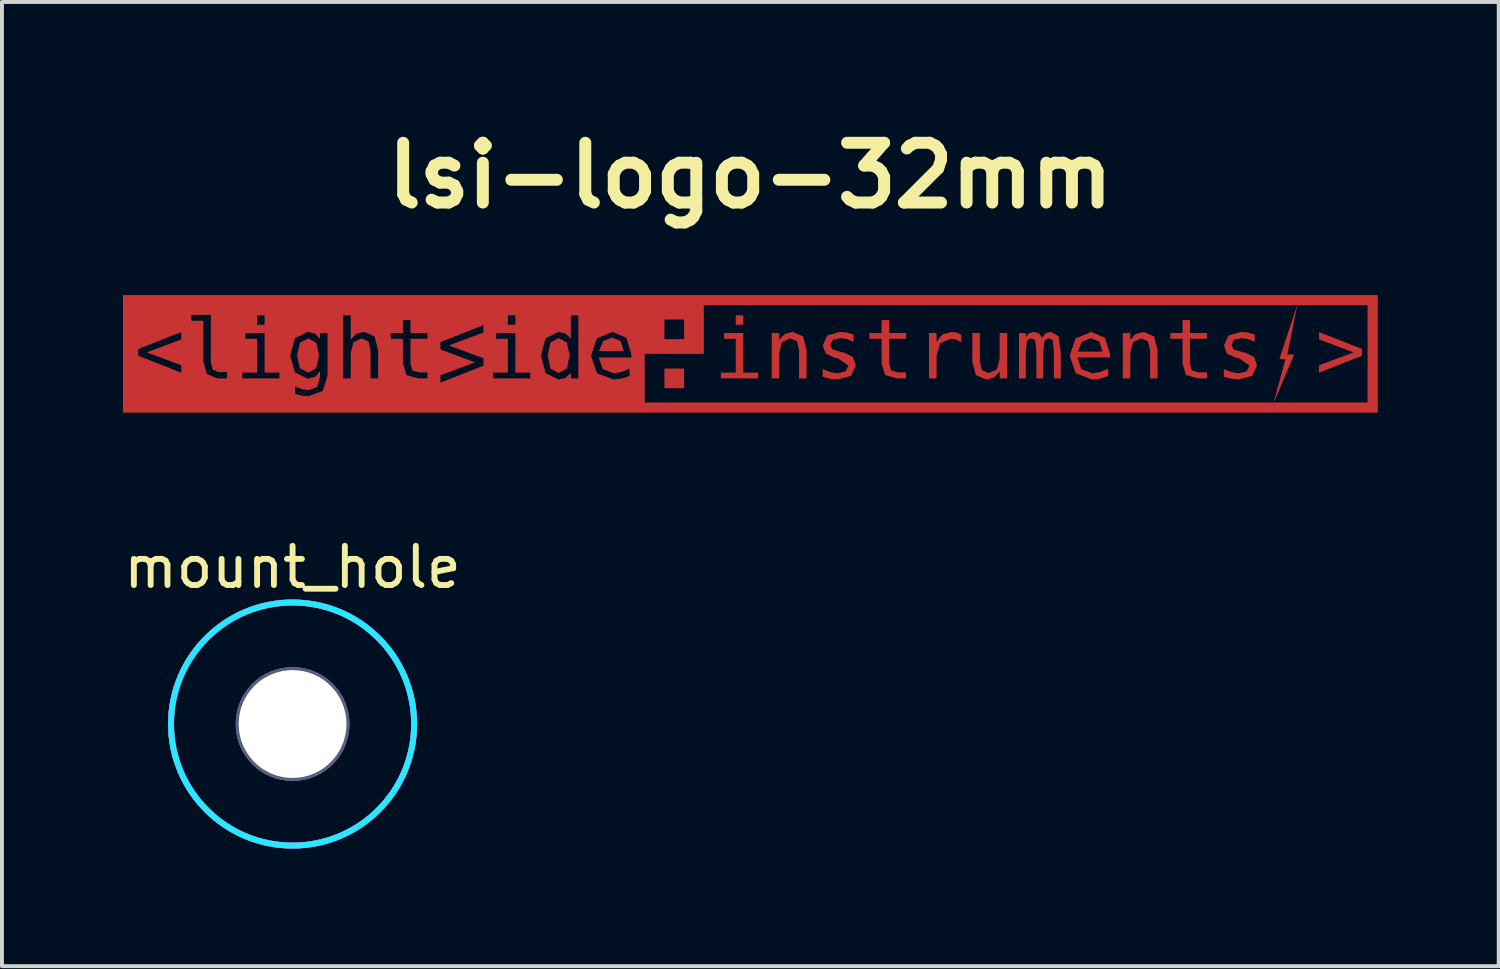
<source format=kicad_pcb>
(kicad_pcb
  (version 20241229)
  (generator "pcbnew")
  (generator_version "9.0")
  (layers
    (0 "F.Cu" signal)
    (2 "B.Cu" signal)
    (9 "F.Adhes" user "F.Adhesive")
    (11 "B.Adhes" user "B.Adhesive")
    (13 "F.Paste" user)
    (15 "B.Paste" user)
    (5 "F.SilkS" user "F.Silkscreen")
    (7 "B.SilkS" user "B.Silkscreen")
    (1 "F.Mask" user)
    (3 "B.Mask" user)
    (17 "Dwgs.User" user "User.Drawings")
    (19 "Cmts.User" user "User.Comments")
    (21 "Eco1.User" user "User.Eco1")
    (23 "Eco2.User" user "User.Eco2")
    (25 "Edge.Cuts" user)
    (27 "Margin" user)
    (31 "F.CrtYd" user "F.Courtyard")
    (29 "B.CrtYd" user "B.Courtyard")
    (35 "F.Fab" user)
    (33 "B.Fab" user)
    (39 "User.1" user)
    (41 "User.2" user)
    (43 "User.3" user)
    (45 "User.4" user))
  (footprint "lsi-logo-32mm"
    (layer "F.Cu")
    (at 16.085 7.07)
    (property "Reference" "lsi-logo-32mm" (at 0 -5.644 0) (layer "F.SilkS") (effects (font (size 1.524 1.524) (thickness 0.305))))
    (attr smd)
    (fp_poly (pts (xy -2.191 -0.721) (xy -2.191 -0.221) (xy -1.689 -0.221) (xy -1.689 -0.721) (xy -2.191 -0.721)) (stroke (width 0) (type solid)) (fill yes) (layer "F.Cu"))
    (fp_poly (pts (xy -0.372 -2.079) (xy -0.372 -1.838) (xy -0.181 -1.838) (xy -0.181 -2.079) (xy -0.372 -2.079)) (stroke (width 0) (type solid)) (fill yes) (layer "F.Cu"))
    (fp_poly (pts (xy -3.526 -1.512) (xy -3.753 -1.421) (xy -3.859 -1.169) (xy -3.23 -1.17) (xy -3.31 -1.424) (xy -3.526 -1.512) (xy -3.526 -1.512)) (stroke (width 0) (type solid)) (fill yes) (layer "F.Cu"))
    (fp_poly (pts (xy 14.502 -1.652) (xy 14.502 -1.464) (xy 15.384 -1.133) (xy 14.502 -0.806) (xy 14.502 -0.616) (xy 15.599 -1.048) (xy 15.599 -1.22) (xy 14.502 -1.652)) (stroke (width 0) (type solid)) (fill yes) (layer "F.Cu"))
    (fp_poly (pts (xy -11.274 -1.492) (xy -11.487 -1.38) (xy -11.561 -1.056) (xy -11.487 -0.729) (xy -11.272 -0.617) (xy -11.07 -0.73) (xy -10.999 -1.056) (xy -11.07 -1.38) (xy -11.274 -1.492)) (stroke (width 0) (type solid)) (fill yes) (layer "F.Cu"))
    (fp_poly (pts (xy -4.89 -1.499) (xy -5.098 -1.387) (xy -5.169 -1.053) (xy -5.098 -0.719) (xy -4.89 -0.606) (xy -4.68 -0.72) (xy -4.607 -1.053) (xy -4.68 -1.386) (xy -4.89 -1.499)) (stroke (width 0) (type solid)) (fill yes) (layer "F.Cu"))
    (fp_poly (pts (xy -0.67 -1.628) (xy -0.67 -1.48) (xy -0.372 -1.48) (xy -0.372 -0.618) (xy -0.751 -0.618) (xy -0.751 -0.471) (xy 0.198 -0.471) (xy 0.198 -0.618) (xy -0.181 -0.618) (xy -0.181 -1.628) (xy -0.67 -1.628)) (stroke (width 0) (type solid)) (fill yes) (layer "F.Cu"))
    (fp_poly (pts (xy 5.13 -1.656) (xy 4.894 -1.59) (xy 4.748 -1.402) (xy 4.748 -1.628) (xy 4.556 -1.628) (xy 4.556 -0.471) (xy 4.748 -0.471) (xy 4.748 -1.046) (xy 4.842 -1.369) (xy 5.115 -1.48) (xy 5.254 -1.459) (xy 5.379 -1.389) (xy 5.379 -1.584) (xy 5.261 -1.639) (xy 5.13 -1.656)) (stroke (width 0) (type solid)) (fill yes) (layer "F.Cu"))
    (fp_poly (pts (xy 1.081 -1.656) (xy 0.875 -1.604) (xy 0.737 -1.455) (xy 0.737 -1.628) (xy 0.545 -1.628) (xy 0.545 -0.471) (xy 0.737 -0.471) (xy 0.737 -1.125) (xy 0.808 -1.396) (xy 1.015 -1.491) (xy 1.187 -1.417) (xy 1.242 -1.188) (xy 1.242 -0.471) (xy 1.434 -0.471) (xy 1.434 -1.188) (xy 1.346 -1.539) (xy 1.081 -1.656)) (stroke (width 0) (type solid)) (fill yes) (layer "F.Cu"))
    (fp_poly (pts (xy 5.661 -1.626) (xy 5.661 -0.909) (xy 5.748 -0.556) (xy 6.014 -0.441) (xy 6.218 -0.492) (xy 6.357 -0.644) (xy 6.357 -0.471) (xy 6.55 -0.471) (xy 6.55 -1.626) (xy 6.357 -1.626) (xy 6.357 -0.972) (xy 6.286 -0.7) (xy 6.079 -0.606) (xy 5.907 -0.679) (xy 5.852 -0.909) (xy 5.852 -1.626) (xy 5.661 -1.626)) (stroke (width 0) (type solid)) (fill yes) (layer "F.Cu"))
    (fp_poly (pts (xy 10.033 -1.656) (xy 9.827 -1.604) (xy 9.689 -1.455) (xy 9.689 -1.628) (xy 9.498 -1.628) (xy 9.498 -0.471) (xy 9.689 -0.471) (xy 9.689 -1.125) (xy 9.76 -1.396) (xy 9.967 -1.491) (xy 10.139 -1.417) (xy 10.194 -1.188) (xy 10.194 -0.471) (xy 10.386 -0.471) (xy 10.386 -1.188) (xy 10.298 -1.539) (xy 10.033 -1.656)) (stroke (width 0) (type solid)) (fill yes) (layer "F.Cu"))
    (fp_poly (pts (xy 3.347 -1.957) (xy 3.347 -1.628) (xy 3.037 -1.628) (xy 3.037 -1.48) (xy 3.347 -1.48) (xy 3.347 -0.852) (xy 3.435 -0.556) (xy 3.739 -0.471) (xy 3.972 -0.471) (xy 3.972 -0.623) (xy 3.757 -0.623) (xy 3.587 -0.673) (xy 3.538 -0.852) (xy 3.538 -1.48) (xy 3.972 -1.48) (xy 3.972 -1.628) (xy 3.538 -1.628) (xy 3.538 -1.957) (xy 3.347 -1.957)) (stroke (width 0) (type solid)) (fill yes) (layer "F.Cu"))
    (fp_poly (pts (xy 11.021 -1.957) (xy 11.021 -1.628) (xy 10.71 -1.628) (xy 10.71 -1.48) (xy 11.021 -1.48) (xy 11.021 -0.852) (xy 11.109 -0.556) (xy 11.412 -0.471) (xy 11.645 -0.471) (xy 11.645 -0.623) (xy 11.431 -0.623) (xy 11.26 -0.673) (xy 11.211 -0.852) (xy 11.211 -1.48) (xy 11.645 -1.48) (xy 11.645 -1.628) (xy 11.211 -1.628) (xy 11.211 -1.957) (xy 11.021 -1.957)) (stroke (width 0) (type solid)) (fill yes) (layer "F.Cu"))
    (fp_poly (pts (xy 8.692 -1.656) (xy 8.684 -1.495) (xy 8.9 -1.407) (xy 8.98 -1.153) (xy 8.351 -1.152) (xy 8.457 -1.404) (xy 8.684 -1.495) (xy 8.684 -1.495) (xy 8.692 -1.656) (xy 8.294 -1.491) (xy 8.144 -1.048) (xy 8.297 -0.602) (xy 8.72 -0.441) (xy 8.915 -0.463) (xy 9.126 -0.53) (xy 9.126 -0.719) (xy 8.913 -0.631) (xy 8.722 -0.602) (xy 8.442 -0.705) (xy 8.343 -0.998) (xy 8.343 -1.004) (xy 9.171 -1.004) (xy 9.171 -1.097) (xy 9.042 -1.506) (xy 8.692 -1.656)) (stroke (width 0) (type solid)) (fill yes) (layer "F.Cu"))
    (fp_poly (pts (xy 7.226 -1.656) (xy 7.109 -1.623) (xy 7.024 -1.529) (xy 7.024 -1.628) (xy 6.851 -1.628) (xy 6.851 -0.471) (xy 7.024 -0.471) (xy 7.024 -1.133) (xy 7.053 -1.433) (xy 7.159 -1.497) (xy 7.265 -1.439) (xy 7.295 -1.133) (xy 7.295 -0.471) (xy 7.469 -0.471) (xy 7.469 -1.133) (xy 7.5 -1.433) (xy 7.613 -1.497) (xy 7.713 -1.437) (xy 7.741 -1.133) (xy 7.741 -0.471) (xy 7.916 -0.471) (xy 7.916 -1.141) (xy 7.858 -1.548) (xy 7.66 -1.656) (xy 7.528 -1.62) (xy 7.439 -1.51) (xy 7.357 -1.62) (xy 7.226 -1.656)) (stroke (width 0) (type solid)) (fill yes) (layer "F.Cu"))
    (fp_poly (pts (xy 2.283 -1.656) (xy 1.96 -1.565) (xy 1.847 -1.309) (xy 1.923 -1.101) (xy 2.164 -0.994) (xy 2.236 -0.979) (xy 2.244 -0.977) (xy 2.498 -0.794) (xy 2.429 -0.65) (xy 2.232 -0.6) (xy 2.048 -0.627) (xy 1.843 -0.709) (xy 1.843 -0.513) (xy 2.048 -0.459) (xy 2.228 -0.441) (xy 2.569 -0.537) (xy 2.691 -0.806) (xy 2.617 -1.015) (xy 2.403 -1.123) (xy 2.326 -1.137) (xy 2.088 -1.212) (xy 2.04 -1.327) (xy 2.104 -1.455) (xy 2.298 -1.497) (xy 2.467 -1.473) (xy 2.632 -1.402) (xy 2.632 -1.588) (xy 2.463 -1.639) (xy 2.283 -1.656)) (stroke (width 0) (type solid)) (fill yes) (layer "F.Cu"))
    (fp_poly (pts (xy 12.514 -1.656) (xy 12.192 -1.565) (xy 12.078 -1.309) (xy 12.154 -1.101) (xy 12.395 -0.994) (xy 12.466 -0.979) (xy 12.475 -0.977) (xy 12.729 -0.794) (xy 12.659 -0.65) (xy 12.463 -0.6) (xy 12.279 -0.627) (xy 12.074 -0.709) (xy 12.074 -0.513) (xy 12.279 -0.459) (xy 12.459 -0.441) (xy 12.8 -0.537) (xy 12.922 -0.806) (xy 12.849 -1.015) (xy 12.634 -1.123) (xy 12.557 -1.137) (xy 12.319 -1.212) (xy 12.271 -1.327) (xy 12.335 -1.455) (xy 12.529 -1.497) (xy 12.698 -1.473) (xy 12.863 -1.402) (xy 12.863 -1.588) (xy 12.694 -1.639) (xy 12.514 -1.656)) (stroke (width 0) (type solid)) (fill yes) (layer "F.Cu"))
    (fp_poly (pts (xy 13.927 -2.285) (xy 13.858 -2.075) (xy 13.646 -1.431) (xy 13.591 -1.266) (xy 13.494 -0.97) (xy 13.492 -0.964) (xy 13.569 -0.962) (xy 13.645 -0.959) (xy 13.413 -0.105) (xy 13.37 0.052) (xy 13.343 0.152) (xy 13.344 0.154) (xy 13.372 0.091) (xy 13.432 -0.05) (xy 13.497 -0.203) (xy 13.561 -0.354) (xy 13.652 -0.566) (xy 13.742 -0.778) (xy 13.807 -0.93) (xy 13.855 -1.042) (xy 13.871 -1.079) (xy 13.782 -1.079) (xy 13.694 -1.08) (xy 13.699 -1.107) (xy 13.724 -1.231) (xy 13.762 -1.42) (xy 13.799 -1.599) (xy 13.853 -1.867) (xy 13.907 -2.136) (xy 13.937 -2.285) (xy 13.949 -2.346) (xy 13.927 -2.284) (xy 13.927 -2.285)) (stroke (width 0.000106) (type solid)) (fill yes) (layer "F.Cu"))
    (fp_poly (pts (xy -16 -2.596) (xy -1.187 -2.336) (xy 15.74 -2.336) (xy 15.74 0.144) (xy -2.693 0.144) (xy -2.693 -1.096) (xy -1.187 -1.096) (xy -1.187 -2.336) (xy -16 -2.596) (xy -14.255 -2.09) (xy -13.758 -2.09) (xy -13.758 -0.89) (xy -13.711 -0.697) (xy -13.571 -0.632) (xy -13.348 -0.632) (xy -13.348 -0.471) (xy -13.59 -0.471) (xy -13.855 -0.58) (xy -13.949 -0.89) (xy -13.949 -1.941) (xy -14.255 -1.941) (xy -14.255 -2.09) (xy -16 -2.596) (xy -12.579 -2.079) (xy -12.388 -2.079) (xy -12.388 -1.838) (xy -12.579 -1.838) (xy -12.579 -2.079) (xy -16 -2.596) (xy -10.382 -2.079) (xy -10.191 -2.079) (xy -10.191 -1.455) (xy -10.053 -1.604) (xy -9.846 -1.656) (xy -9.582 -1.539) (xy -9.493 -1.188) (xy -9.493 -0.471) (xy -9.685 -0.471) (xy -9.685 -1.188) (xy -9.74 -1.417) (xy -9.913 -1.491) (xy -10.12 -1.396) (xy -10.191 -1.125) (xy -10.191 -0.471) (xy -10.382 -0.471) (xy -10.382 -2.079) (xy -16 -2.596) (xy -6.184 -2.079) (xy -5.993 -2.079) (xy -5.993 -1.838) (xy -6.184 -1.838) (xy -6.184 -2.079) (xy -16 -2.596) (xy -4.578 -2.079) (xy -4.387 -2.079) (xy -4.387 -0.471) (xy -4.578 -0.471) (xy -4.578 -0.616) (xy -4.706 -0.485) (xy -4.889 -0.441) (xy -5.221 -0.603) (xy -5.341 -1.053) (xy -5.22 -1.495) (xy -4.889 -1.656) (xy -4.704 -1.611) (xy -4.578 -1.48) (xy -4.578 -2.079) (xy -16 -2.596) (xy -1.689 -1.971) (xy -1.689 -1.471) (xy -2.191 -1.471) (xy -2.191 -1.971) (xy -1.689 -1.971) (xy -16 -2.596) (xy -8.668 -1.957) (xy -8.668 -1.628) (xy -8.234 -1.628) (xy -8.234 -1.48) (xy -8.668 -1.48) (xy -8.668 -0.852) (xy -8.619 -0.673) (xy -8.449 -0.623) (xy -8.234 -0.623) (xy -8.234 -0.471) (xy -8.468 -0.471) (xy -8.771 -0.556) (xy -8.859 -0.852) (xy -8.859 -1.48) (xy -9.17 -1.48) (xy -9.17 -1.628) (xy -8.859 -1.628) (xy -8.859 -1.957) (xy -8.668 -1.957) (xy -16 -2.596) (xy -6.806 -1.829) (xy -6.806 -1.641) (xy -7.685 -1.312) (xy -7.59 -1.274) (xy -6.806 -0.983) (xy -6.806 -0.965) (xy -6.806 -0.794) (xy -7.903 -0.362) (xy -7.903 -0.551) (xy -7.021 -0.879) (xy -7.027 -0.881) (xy -7.903 -1.209) (xy -7.903 -1.226) (xy -7.903 -1.397) (xy -6.806 -1.829) (xy -16 -2.596) (xy -14.512 -1.652) (xy -14.512 -1.464) (xy -15.394 -1.133) (xy -14.512 -0.806) (xy -14.512 -0.616) (xy -15.609 -1.048) (xy -15.609 -1.22) (xy -14.512 -1.652) (xy -16 -2.596) (xy -16 0.404) (xy -11.269 -0.016) (xy -11.434 -0.03) (xy -11.606 -0.073) (xy -11.606 -0.261) (xy -11.421 -0.191) (xy -11.269 -0.168) (xy -11.043 -0.252) (xy -10.973 -0.517) (xy -10.973 -0.525) (xy -10.973 -0.655) (xy -11.097 -0.51) (xy -11.289 -0.462) (xy -11.614 -0.625) (xy -11.736 -1.059) (xy -11.614 -1.494) (xy -11.289 -1.656) (xy -11.099 -1.612) (xy -10.973 -1.474) (xy -10.973 -1.624) (xy -10.782 -1.624) (xy -10.782 -0.545) (xy -10.905 -0.15) (xy -11.269 -0.016) (xy -16 0.404) (xy -3.486 -0.441) (xy -3.91 -0.602) (xy -4.063 -1.048) (xy -3.913 -1.491) (xy -3.514 -1.656) (xy -3.165 -1.506) (xy -3.036 -1.097) (xy -3.036 -1.004) (xy -3.863 -1.004) (xy -3.863 -0.998) (xy -3.765 -0.705) (xy -3.484 -0.602) (xy -3.293 -0.631) (xy -3.08 -0.719) (xy -3.08 -0.53) (xy -3.291 -0.463) (xy -3.486 -0.441) (xy -16 0.404) (xy -12.009 -0.471) (xy -12.957 -0.471) (xy -12.957 -0.618) (xy -12.579 -0.618) (xy -12.579 -1.48) (xy -12.876 -1.48) (xy -12.876 -1.628) (xy -12.388 -1.628) (xy -12.388 -0.618) (xy -12.009 -0.618) (xy -12.009 -0.471) (xy -16 0.404) (xy -5.614 -0.471) (xy -6.563 -0.471) (xy -6.563 -0.618) (xy -6.184 -0.618) (xy -6.184 -1.48) (xy -6.482 -1.48) (xy -6.482 -1.628) (xy -5.993 -1.628) (xy -5.993 -0.618) (xy -5.614 -0.618) (xy -5.614 -0.471) (xy -16 0.404) (xy 16 0.404) (xy 16 -2.596) (xy -16 -2.596)) (stroke (width 0) (type solid)) (fill yes) (layer "F.Cu"))
    (fp_poly (pts (xy -16.01 -2.6) (xy 16.01 -2.61) (xy 16.01 0.42) (xy -16.01 0.42)) (stroke (width 0.15) (type solid)) (fill yes) (layer "F.Mask")))
  (footprint "mount_hole"
    (layer "F.Cu")
    (at 4.411 15.414)
    (property "Reference" "mount_hole" (at 0 -4 0) (layer "F.SilkS") (effects (font (size 1 1) (thickness 0.15))))
    (attr through_hole)
    (fp_circle (center 0 0) (end 3.1 0) (stroke (width 0.15) (type solid)) (fill no) (layer "B.CrtYd"))
    (fp_circle (center 0 0) (end 3.1 0) (stroke (width 0.15) (type solid)) (fill no) (layer "F.CrtYd"))
    (fp_circle (center 0 0) (end 1.375 0) (stroke (width 0.15) (type solid)) (fill no) (layer "B.Fab"))
    (fp_circle (center 0 0) (end 3.1 0) (stroke (width 0.15) (type solid)) (fill no) (layer "B.Fab"))
    (fp_circle (center 0 0) (end 1.375 0) (stroke (width 0.15) (type solid)) (fill no) (layer "F.Fab"))
    (fp_circle (center 0 0) (end 3.1 0) (stroke (width 0.15) (type solid)) (fill no) (layer "F.Fab"))
    (pad "" np_thru_hole circle (at 0 0) (size 2.75 2.75) (drill 2.75) (layers "*.Cu" "*.Mask")))
  (gr_rect
    (start -3 -3)
    (end 35.17 21.589)
    (stroke (width 0.1) (type default))
    (fill no)
    (layer "Edge.Cuts")))
</source>
